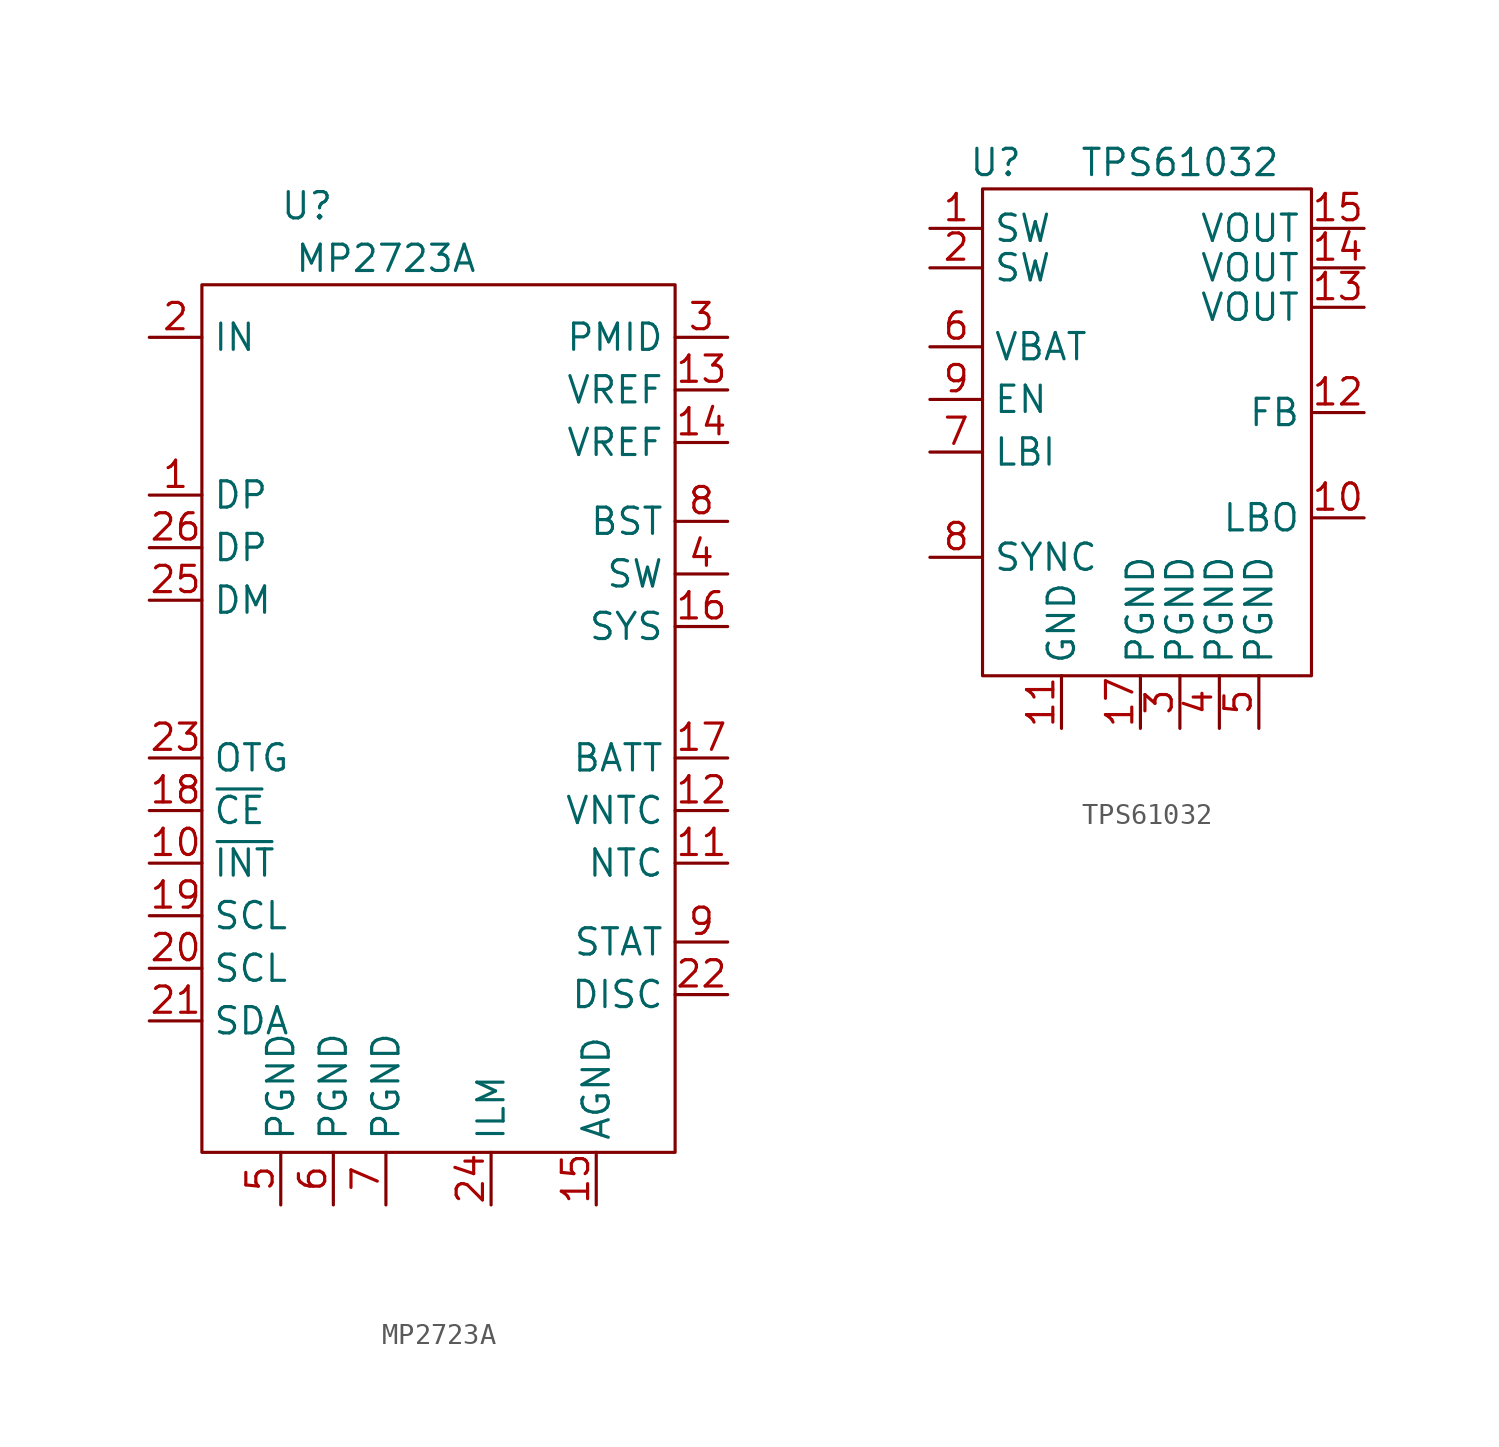
<source format=kicad_sym>
(kicad_symbol_lib
  (version 20211014)
  (generator kicad_symbol_editor)
  (symbol "MP2723A"
    (property "Reference" "U"
      (at -6.35 24.13 0)
      (effects (font (size 1.27 1.27))))
    (property "Value" "MP2723A"
      (at -2.54 21.59 0)
      (effects (font (size 1.27 1.27))))
    (symbol "MP2723A_0_1"
      (rectangle (start -11.43 20.32) (end 11.43 -21.59) (stroke (width 0.152) (type default) (color 0 0 0 0)) (fill (type none))))
    (symbol "MP2723A_1_1"
      (pin input line (at -13.97 10.16 0) (length 2.54) (name "DP" (effects (font (size 1.27 1.27)))) (number "1" (effects (font (size 1.27 1.27)))))
      (pin input line (at -13.97 -7.62 0) (length 2.54) (name "~{INT}" (effects (font (size 1.27 1.27)))) (number "10" (effects (font (size 1.27 1.27)))))
      (pin input line (at 13.97 -7.62 180) (length 2.54) (name "NTC" (effects (font (size 1.27 1.27)))) (number "11" (effects (font (size 1.27 1.27)))))
      (pin input line (at 13.97 -5.08 180) (length 2.54) (name "VNTC" (effects (font (size 1.27 1.27)))) (number "12" (effects (font (size 1.27 1.27)))))
      (pin input line (at 13.97 15.24 180) (length 2.54) (name "VREF" (effects (font (size 1.27 1.27)))) (number "13" (effects (font (size 1.27 1.27)))))
      (pin input line (at 13.97 12.7 180) (length 2.54) (name "VREF" (effects (font (size 1.27 1.27)))) (number "14" (effects (font (size 1.27 1.27)))))
      (pin input line (at 7.62 -24.13 90) (length 2.54) (name "AGND" (effects (font (size 1.27 1.27)))) (number "15" (effects (font (size 1.27 1.27)))))
      (pin input line (at 13.97 3.81 180) (length 2.54) (name "SYS" (effects (font (size 1.27 1.27)))) (number "16" (effects (font (size 1.27 1.27)))))
      (pin input line (at 13.97 -2.54 180) (length 2.54) (name "BATT" (effects (font (size 1.27 1.27)))) (number "17" (effects (font (size 1.27 1.27)))))
      (pin input line (at -13.97 -5.08 0) (length 2.54) (name "~{CE}" (effects (font (size 1.27 1.27)))) (number "18" (effects (font (size 1.27 1.27)))))
      (pin input line (at -13.97 -10.16 0) (length 2.54) (name "SCL" (effects (font (size 1.27 1.27)))) (number "19" (effects (font (size 1.27 1.27)))))
      (pin input line (at -13.97 17.78 0) (length 2.54) (name "IN" (effects (font (size 1.27 1.27)))) (number "2" (effects (font (size 1.27 1.27)))))
      (pin input line (at -13.97 -12.7 0) (length 2.54) (name "SCL" (effects (font (size 1.27 1.27)))) (number "20" (effects (font (size 1.27 1.27)))))
      (pin input line (at -13.97 -15.24 0) (length 2.54) (name "SDA" (effects (font (size 1.27 1.27)))) (number "21" (effects (font (size 1.27 1.27)))))
      (pin input line (at 13.97 -13.97 180) (length 2.54) (name "DISC" (effects (font (size 1.27 1.27)))) (number "22" (effects (font (size 1.27 1.27)))))
      (pin input line (at -13.97 -2.54 0) (length 2.54) (name "OTG" (effects (font (size 1.27 1.27)))) (number "23" (effects (font (size 1.27 1.27)))))
      (pin input line (at 2.54 -24.13 90) (length 2.54) (name "ILM" (effects (font (size 1.27 1.27)))) (number "24" (effects (font (size 1.27 1.27)))))
      (pin input line (at -13.97 5.08 0) (length 2.54) (name "DM" (effects (font (size 1.27 1.27)))) (number "25" (effects (font (size 1.27 1.27)))))
      (pin input line (at -13.97 7.62 0) (length 2.54) (name "DP" (effects (font (size 1.27 1.27)))) (number "26" (effects (font (size 1.27 1.27)))))
      (pin input line (at 13.97 17.78 180) (length 2.54) (name "PMID" (effects (font (size 1.27 1.27)))) (number "3" (effects (font (size 1.27 1.27)))))
      (pin input line (at 13.97 6.35 180) (length 2.54) (name "SW" (effects (font (size 1.27 1.27)))) (number "4" (effects (font (size 1.27 1.27)))))
      (pin input line (at -7.62 -24.13 90) (length 2.54) (name "PGND" (effects (font (size 1.27 1.27)))) (number "5" (effects (font (size 1.27 1.27)))))
      (pin input line (at -5.08 -24.13 90) (length 2.54) (name "PGND" (effects (font (size 1.27 1.27)))) (number "6" (effects (font (size 1.27 1.27)))))
      (pin input line (at -2.54 -24.13 90) (length 2.54) (name "PGND" (effects (font (size 1.27 1.27)))) (number "7" (effects (font (size 1.27 1.27)))))
      (pin input line (at 13.97 8.89 180) (length 2.54) (name "BST" (effects (font (size 1.27 1.27)))) (number "8" (effects (font (size 1.27 1.27)))))
      (pin input line (at 13.97 -11.43 180) (length 2.54) (name "STAT" (effects (font (size 1.27 1.27)))) (number "9" (effects (font (size 1.27 1.27)))))))
  (symbol "TPS61032"
    (property "Reference" "U"
      (at -7.62 15.875 0)
      (effects (font (size 1.27 1.27))))
    (property "Value" "TPS61032"
      (at 1.27 15.875 0)
      (effects (font (size 1.27 1.27))))
    (symbol "TPS61032_0_1"
      (rectangle (start -8.255 14.605) (end 7.62 -8.89) (stroke (width 0.152) (type default) (color 0 0 0 0)) (fill (type none))))
    (symbol "TPS61032_1_1"
      (pin input line (at -10.795 12.7 0) (length 2.54) (name "SW" (effects (font (size 1.27 1.27)))) (number "1" (effects (font (size 1.27 1.27)))))
      (pin input line (at 10.16 -1.27 180) (length 2.54) (name "LBO" (effects (font (size 1.27 1.27)))) (number "10" (effects (font (size 1.27 1.27)))))
      (pin input line (at -4.445 -11.43 90) (length 2.54) (name "GND" (effects (font (size 1.27 1.27)))) (number "11" (effects (font (size 1.27 1.27)))))
      (pin input line (at 10.16 3.81 180) (length 2.54) (name "FB" (effects (font (size 1.27 1.27)))) (number "12" (effects (font (size 1.27 1.27)))))
      (pin input line (at 10.16 8.89 180) (length 2.54) (name "VOUT" (effects (font (size 1.27 1.27)))) (number "13" (effects (font (size 1.27 1.27)))))
      (pin input line (at 10.16 10.795 180) (length 2.54) (name "VOUT" (effects (font (size 1.27 1.27)))) (number "14" (effects (font (size 1.27 1.27)))))
      (pin input line (at 10.16 12.7 180) (length 2.54) (name "VOUT" (effects (font (size 1.27 1.27)))) (number "15" (effects (font (size 1.27 1.27)))))
      (pin input line (at -0.635 -11.43 90) (length 2.54) (name "PGND" (effects (font (size 1.27 1.27)))) (number "17" (effects (font (size 1.27 1.27)))))
      (pin input line (at -10.795 10.795 0) (length 2.54) (name "SW" (effects (font (size 1.27 1.27)))) (number "2" (effects (font (size 1.27 1.27)))))
      (pin input line (at 1.27 -11.43 90) (length 2.54) (name "PGND" (effects (font (size 1.27 1.27)))) (number "3" (effects (font (size 1.27 1.27)))))
      (pin input line (at 3.175 -11.43 90) (length 2.54) (name "PGND" (effects (font (size 1.27 1.27)))) (number "4" (effects (font (size 1.27 1.27)))))
      (pin input line (at 5.08 -11.43 90) (length 2.54) (name "PGND" (effects (font (size 1.27 1.27)))) (number "5" (effects (font (size 1.27 1.27)))))
      (pin input line (at -10.795 6.985 0) (length 2.54) (name "VBAT" (effects (font (size 1.27 1.27)))) (number "6" (effects (font (size 1.27 1.27)))))
      (pin input line (at -10.795 1.905 0) (length 2.54) (name "LBI" (effects (font (size 1.27 1.27)))) (number "7" (effects (font (size 1.27 1.27)))))
      (pin input line (at -10.795 -3.175 0) (length 2.54) (name "SYNC" (effects (font (size 1.27 1.27)))) (number "8" (effects (font (size 1.27 1.27)))))
      (pin input line (at -10.795 4.445 0) (length 2.54) (name "EN" (effects (font (size 1.27 1.27)))) (number "9" (effects (font (size 1.27 1.27))))))))
</source>
